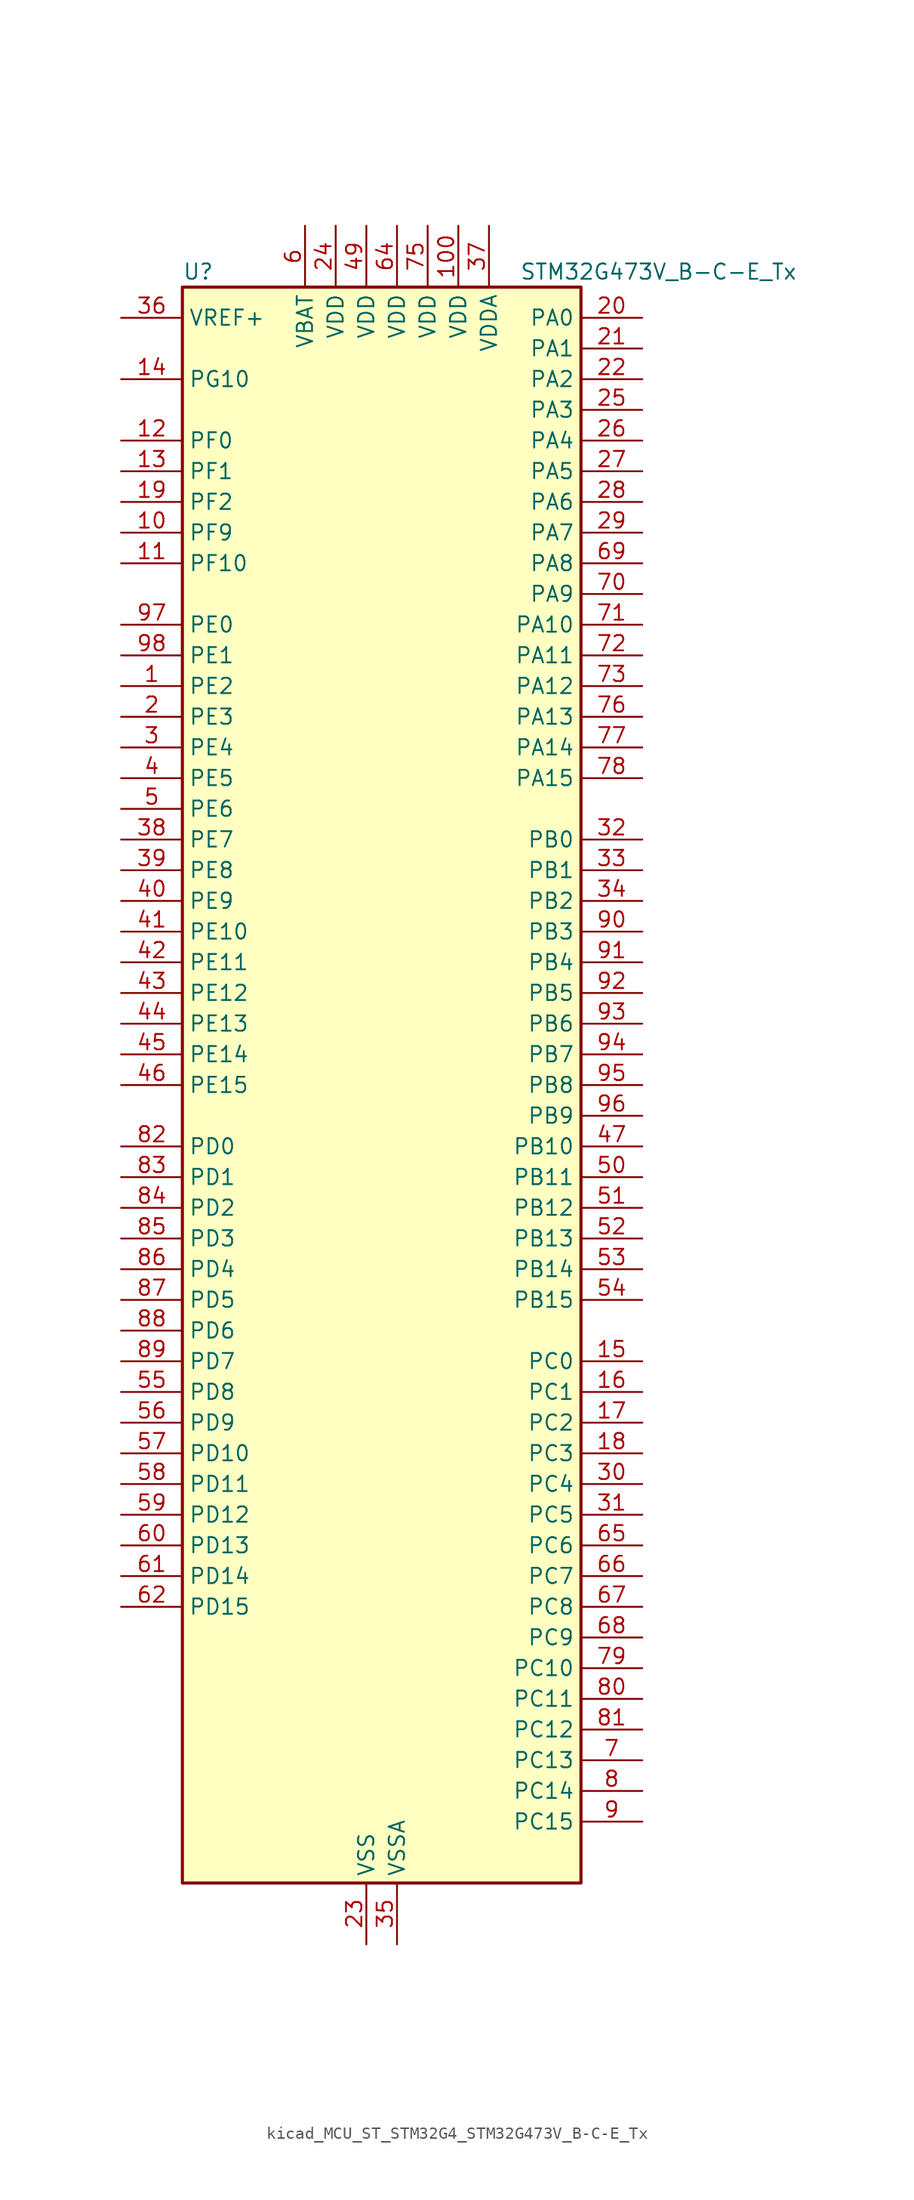
<source format=kicad_sym>
(kicad_symbol_lib
  (version 20220914)
  (generator kicad_symbol_editor)
  (symbol "kicad_MCU_ST_STM32G4_STM32G473V_B-C-E_Tx"
    (property "Reference" "U"
      (at -15.24 67.31 0)
      (effects (font (size 1.27 1.27)) (justify left)))
    (property "Value" "STM32G473V_B-C-E_Tx"
      (at 12.7 67.31 0)
      (effects (font (size 1.27 1.27)) (justify left)))
    (property "ki_locked" ""
      (at 0 0 0)
      (effects (font (size 1.27 1.27))))
    (symbol "kicad_MCU_ST_STM32G4_STM32G473V_B-C-E_Tx_0_1"
      (rectangle (start -15.24 -66.04) (end 17.78 66.04) (stroke (width 0.254) (type default)) (fill (type background))))
    (symbol "kicad_MCU_ST_STM32G4_STM32G473V_B-C-E_Tx_1_1"
      (pin bidirectional line (at -20.32 33.02 0) (length 5.08) (name "PE2" (effects (font (size 1.27 1.27)))) (number "1" (effects (font (size 1.27 1.27)))) (alternate "ADC3_EXTI2" bidirectional line) (alternate "ADC4_EXTI2" bidirectional line) (alternate "ADC5_EXTI2" bidirectional line) (alternate "FMC_A23" bidirectional line) (alternate "SAI1_CK1" bidirectional line) (alternate "SAI1_MCLK_A" bidirectional line) (alternate "SPI4_SCK" bidirectional line) (alternate "SYS_TRACECLK" bidirectional line) (alternate "TIM20_CH1" bidirectional line) (alternate "TIM3_CH1" bidirectional line))
      (pin bidirectional line (at -20.32 45.72 0) (length 5.08) (name "PF9" (effects (font (size 1.27 1.27)))) (number "10" (effects (font (size 1.27 1.27)))) (alternate "DAC1_EXTI9" bidirectional line) (alternate "DAC2_EXTI9" bidirectional line) (alternate "DAC3_EXTI9" bidirectional line) (alternate "DAC4_EXTI9" bidirectional line) (alternate "FMC_A25" bidirectional line) (alternate "QUADSPI1_BK1_IO1" bidirectional line) (alternate "SAI1_FS_B" bidirectional line) (alternate "SPI2_SCK" bidirectional line) (alternate "TIM15_CH1" bidirectional line) (alternate "TIM20_BKIN" bidirectional line) (alternate "TIM5_CH4" bidirectional line))
      (pin power_in line (at 7.62 71.12 270) (length 5.08) (name "VDD" (effects (font (size 1.27 1.27)))) (number "100" (effects (font (size 1.27 1.27)))))
      (pin bidirectional line (at -20.32 43.18 0) (length 5.08) (name "PF10" (effects (font (size 1.27 1.27)))) (number "11" (effects (font (size 1.27 1.27)))) (alternate "DAC1_EXTI10" bidirectional line) (alternate "DAC2_EXTI10" bidirectional line) (alternate "DAC3_EXTI10" bidirectional line) (alternate "DAC4_EXTI10" bidirectional line) (alternate "FMC_A0" bidirectional line) (alternate "QUADSPI1_CLK" bidirectional line) (alternate "SAI1_D3" bidirectional line) (alternate "SPI2_SCK" bidirectional line) (alternate "TIM15_CH2" bidirectional line) (alternate "TIM20_BKIN2" bidirectional line))
      (pin bidirectional line (at -20.32 53.34 0) (length 5.08) (name "PF0" (effects (font (size 1.27 1.27)))) (number "12" (effects (font (size 1.27 1.27)))) (alternate "ADC1_IN10" bidirectional line) (alternate "I2C2_SDA" bidirectional line) (alternate "I2S2_WS" bidirectional line) (alternate "RCC_OSC_IN" bidirectional line) (alternate "SPI2_NSS" bidirectional line) (alternate "TIM1_CH3N" bidirectional line))
      (pin bidirectional line (at -20.32 50.8 0) (length 5.08) (name "PF1" (effects (font (size 1.27 1.27)))) (number "13" (effects (font (size 1.27 1.27)))) (alternate "ADC2_IN10" bidirectional line) (alternate "COMP3_INM" bidirectional line) (alternate "I2S2_CK" bidirectional line) (alternate "RCC_OSC_OUT" bidirectional line) (alternate "SPI2_SCK" bidirectional line))
      (pin bidirectional line (at -20.32 58.42 0) (length 5.08) (name "PG10" (effects (font (size 1.27 1.27)))) (number "14" (effects (font (size 1.27 1.27)))) (alternate "DAC1_EXTI10" bidirectional line) (alternate "DAC2_EXTI10" bidirectional line) (alternate "DAC3_EXTI10" bidirectional line) (alternate "DAC4_EXTI10" bidirectional line) (alternate "RCC_MCO" bidirectional line))
      (pin bidirectional line (at 22.86 -22.86 180) (length 5.08) (name "PC0" (effects (font (size 1.27 1.27)))) (number "15" (effects (font (size 1.27 1.27)))) (alternate "ADC1_IN6" bidirectional line) (alternate "ADC2_IN6" bidirectional line) (alternate "COMP3_INM" bidirectional line) (alternate "LPTIM1_IN1" bidirectional line) (alternate "LPUART1_RX" bidirectional line) (alternate "TIM1_CH1" bidirectional line))
      (pin bidirectional line (at 22.86 -25.4 180) (length 5.08) (name "PC1" (effects (font (size 1.27 1.27)))) (number "16" (effects (font (size 1.27 1.27)))) (alternate "ADC1_IN7" bidirectional line) (alternate "ADC2_IN7" bidirectional line) (alternate "COMP3_INP" bidirectional line) (alternate "LPTIM1_OUT" bidirectional line) (alternate "LPUART1_TX" bidirectional line) (alternate "QUADSPI1_BK2_IO0" bidirectional line) (alternate "SAI1_SD_A" bidirectional line) (alternate "TIM1_CH2" bidirectional line))
      (pin bidirectional line (at 22.86 -27.94 180) (length 5.08) (name "PC2" (effects (font (size 1.27 1.27)))) (number "17" (effects (font (size 1.27 1.27)))) (alternate "ADC1_IN8" bidirectional line) (alternate "ADC2_IN8" bidirectional line) (alternate "ADC3_EXTI2" bidirectional line) (alternate "ADC4_EXTI2" bidirectional line) (alternate "ADC5_EXTI2" bidirectional line) (alternate "COMP3_OUT" bidirectional line) (alternate "LPTIM1_IN2" bidirectional line) (alternate "QUADSPI1_BK2_IO1" bidirectional line) (alternate "TIM1_CH3" bidirectional line) (alternate "TIM20_CH2" bidirectional line))
      (pin bidirectional line (at 22.86 -30.48 180) (length 5.08) (name "PC3" (effects (font (size 1.27 1.27)))) (number "18" (effects (font (size 1.27 1.27)))) (alternate "ADC1_IN9" bidirectional line) (alternate "ADC2_IN9" bidirectional line) (alternate "ADC3_EXTI3" bidirectional line) (alternate "ADC4_EXTI3" bidirectional line) (alternate "ADC5_EXTI3" bidirectional line) (alternate "LPTIM1_ETR" bidirectional line) (alternate "OPAMP5_VINP" bidirectional line) (alternate "OPAMP5_VINP_SEC" bidirectional line) (alternate "QUADSPI1_BK2_IO2" bidirectional line) (alternate "SAI1_D1" bidirectional line) (alternate "SAI1_SD_A" bidirectional line) (alternate "TIM1_BKIN2" bidirectional line) (alternate "TIM1_CH4" bidirectional line))
      (pin bidirectional line (at -20.32 48.26 0) (length 5.08) (name "PF2" (effects (font (size 1.27 1.27)))) (number "19" (effects (font (size 1.27 1.27)))) (alternate "ADC3_EXTI2" bidirectional line) (alternate "ADC4_EXTI2" bidirectional line) (alternate "ADC5_EXTI2" bidirectional line) (alternate "FMC_A2" bidirectional line) (alternate "I2C2_SMBA" bidirectional line) (alternate "TIM20_CH3" bidirectional line))
      (pin bidirectional line (at -20.32 30.48 0) (length 5.08) (name "PE3" (effects (font (size 1.27 1.27)))) (number "2" (effects (font (size 1.27 1.27)))) (alternate "ADC3_EXTI3" bidirectional line) (alternate "ADC4_EXTI3" bidirectional line) (alternate "ADC5_EXTI3" bidirectional line) (alternate "FMC_A19" bidirectional line) (alternate "SAI1_SD_B" bidirectional line) (alternate "SPI4_NSS" bidirectional line) (alternate "SYS_TRACED0" bidirectional line) (alternate "TIM20_CH2" bidirectional line) (alternate "TIM3_CH2" bidirectional line))
      (pin bidirectional line (at 22.86 63.5 180) (length 5.08) (name "PA0" (effects (font (size 1.27 1.27)))) (number "20" (effects (font (size 1.27 1.27)))) (alternate "ADC1_IN1" bidirectional line) (alternate "ADC2_IN1" bidirectional line) (alternate "COMP1_INM" bidirectional line) (alternate "COMP1_OUT" bidirectional line) (alternate "COMP3_INP" bidirectional line) (alternate "RTC_TAMP2" bidirectional line) (alternate "SYS_WKUP1" bidirectional line) (alternate "TIM2_CH1" bidirectional line) (alternate "TIM2_ETR" bidirectional line) (alternate "TIM5_CH1" bidirectional line) (alternate "TIM8_BKIN" bidirectional line) (alternate "TIM8_ETR" bidirectional line) (alternate "USART2_CTS" bidirectional line) (alternate "USART2_NSS" bidirectional line))
      (pin bidirectional line (at 22.86 60.96 180) (length 5.08) (name "PA1" (effects (font (size 1.27 1.27)))) (number "21" (effects (font (size 1.27 1.27)))) (alternate "ADC1_IN2" bidirectional line) (alternate "ADC2_IN2" bidirectional line) (alternate "COMP1_INP" bidirectional line) (alternate "OPAMP1_VINP" bidirectional line) (alternate "OPAMP1_VINP_SEC" bidirectional line) (alternate "OPAMP3_VINP" bidirectional line) (alternate "OPAMP3_VINP_SEC" bidirectional line) (alternate "OPAMP6_VINM" bidirectional line) (alternate "OPAMP6_VINM0" bidirectional line) (alternate "OPAMP6_VINM_SEC" bidirectional line) (alternate "RTC_REFIN" bidirectional line) (alternate "TIM15_CH1N" bidirectional line) (alternate "TIM2_CH2" bidirectional line) (alternate "TIM5_CH2" bidirectional line) (alternate "USART2_DE" bidirectional line) (alternate "USART2_RTS" bidirectional line))
      (pin bidirectional line (at 22.86 58.42 180) (length 5.08) (name "PA2" (effects (font (size 1.27 1.27)))) (number "22" (effects (font (size 1.27 1.27)))) (alternate "ADC1_IN3" bidirectional line) (alternate "ADC3_EXTI2" bidirectional line) (alternate "ADC4_EXTI2" bidirectional line) (alternate "ADC5_EXTI2" bidirectional line) (alternate "COMP2_INM" bidirectional line) (alternate "COMP2_OUT" bidirectional line) (alternate "LPUART1_TX" bidirectional line) (alternate "OPAMP1_VOUT" bidirectional line) (alternate "QUADSPI1_BK1_NCS" bidirectional line) (alternate "RCC_LSCO" bidirectional line) (alternate "SYS_WKUP4" bidirectional line) (alternate "TIM15_CH1" bidirectional line) (alternate "TIM2_CH3" bidirectional line) (alternate "TIM5_CH3" bidirectional line) (alternate "UCPD1_FRSTX1" bidirectional line) (alternate "UCPD1_FRSTX2" bidirectional line) (alternate "USART2_TX" bidirectional line))
      (pin power_in line (at 0 -71.12 90) (length 5.08) (name "VSS" (effects (font (size 1.27 1.27)))) (number "23" (effects (font (size 1.27 1.27)))))
      (pin power_in line (at -2.54 71.12 270) (length 5.08) (name "VDD" (effects (font (size 1.27 1.27)))) (number "24" (effects (font (size 1.27 1.27)))))
      (pin bidirectional line (at 22.86 55.88 180) (length 5.08) (name "PA3" (effects (font (size 1.27 1.27)))) (number "25" (effects (font (size 1.27 1.27)))) (alternate "ADC1_IN4" bidirectional line) (alternate "ADC3_EXTI3" bidirectional line) (alternate "ADC4_EXTI3" bidirectional line) (alternate "ADC5_EXTI3" bidirectional line) (alternate "COMP2_INP" bidirectional line) (alternate "LPUART1_RX" bidirectional line) (alternate "OPAMP1_VINM" bidirectional line) (alternate "OPAMP1_VINM0" bidirectional line) (alternate "OPAMP1_VINM_SEC" bidirectional line) (alternate "OPAMP1_VINP" bidirectional line) (alternate "OPAMP1_VINP_SEC" bidirectional line) (alternate "OPAMP5_VINM" bidirectional line) (alternate "OPAMP5_VINM1" bidirectional line) (alternate "OPAMP5_VINM_SEC" bidirectional line) (alternate "QUADSPI1_CLK" bidirectional line) (alternate "SAI1_CK1" bidirectional line) (alternate "SAI1_MCLK_A" bidirectional line) (alternate "TIM15_CH2" bidirectional line) (alternate "TIM2_CH4" bidirectional line) (alternate "TIM5_CH4" bidirectional line) (alternate "USART2_RX" bidirectional line))
      (pin bidirectional line (at 22.86 53.34 180) (length 5.08) (name "PA4" (effects (font (size 1.27 1.27)))) (number "26" (effects (font (size 1.27 1.27)))) (alternate "ADC2_IN17" bidirectional line) (alternate "COMP1_INM" bidirectional line) (alternate "DAC1_OUT1" bidirectional line) (alternate "I2S3_WS" bidirectional line) (alternate "SAI1_FS_B" bidirectional line) (alternate "SPI1_NSS" bidirectional line) (alternate "SPI3_NSS" bidirectional line) (alternate "TIM3_CH2" bidirectional line) (alternate "USART2_CK" bidirectional line))
      (pin bidirectional line (at 22.86 50.8 180) (length 5.08) (name "PA5" (effects (font (size 1.27 1.27)))) (number "27" (effects (font (size 1.27 1.27)))) (alternate "ADC2_IN13" bidirectional line) (alternate "COMP2_INM" bidirectional line) (alternate "DAC1_OUT2" bidirectional line) (alternate "OPAMP2_VINM" bidirectional line) (alternate "OPAMP2_VINM0" bidirectional line) (alternate "OPAMP2_VINM_SEC" bidirectional line) (alternate "SPI1_SCK" bidirectional line) (alternate "TIM2_CH1" bidirectional line) (alternate "TIM2_ETR" bidirectional line) (alternate "UCPD1_FRSTX1" bidirectional line) (alternate "UCPD1_FRSTX2" bidirectional line))
      (pin bidirectional line (at 22.86 48.26 180) (length 5.08) (name "PA6" (effects (font (size 1.27 1.27)))) (number "28" (effects (font (size 1.27 1.27)))) (alternate "ADC2_IN3" bidirectional line) (alternate "COMP1_OUT" bidirectional line) (alternate "DAC2_OUT1" bidirectional line) (alternate "LPUART1_CTS" bidirectional line) (alternate "OPAMP2_VOUT" bidirectional line) (alternate "QUADSPI1_BK1_IO3" bidirectional line) (alternate "SPI1_MISO" bidirectional line) (alternate "TIM16_CH1" bidirectional line) (alternate "TIM1_BKIN" bidirectional line) (alternate "TIM3_CH1" bidirectional line) (alternate "TIM8_BKIN" bidirectional line))
      (pin bidirectional line (at 22.86 45.72 180) (length 5.08) (name "PA7" (effects (font (size 1.27 1.27)))) (number "29" (effects (font (size 1.27 1.27)))) (alternate "ADC2_IN4" bidirectional line) (alternate "COMP2_INP" bidirectional line) (alternate "COMP2_OUT" bidirectional line) (alternate "OPAMP1_VINP" bidirectional line) (alternate "OPAMP1_VINP_SEC" bidirectional line) (alternate "OPAMP2_VINP" bidirectional line) (alternate "OPAMP2_VINP_SEC" bidirectional line) (alternate "QUADSPI1_BK1_IO2" bidirectional line) (alternate "SPI1_MOSI" bidirectional line) (alternate "TIM17_CH1" bidirectional line) (alternate "TIM1_CH1N" bidirectional line) (alternate "TIM3_CH2" bidirectional line) (alternate "TIM8_CH1N" bidirectional line) (alternate "UCPD1_FRSTX1" bidirectional line) (alternate "UCPD1_FRSTX2" bidirectional line))
      (pin bidirectional line (at -20.32 27.94 0) (length 5.08) (name "PE4" (effects (font (size 1.27 1.27)))) (number "3" (effects (font (size 1.27 1.27)))) (alternate "FMC_A20" bidirectional line) (alternate "SAI1_D2" bidirectional line) (alternate "SAI1_FS_A" bidirectional line) (alternate "SPI4_NSS" bidirectional line) (alternate "SYS_TRACED1" bidirectional line) (alternate "TIM20_CH1N" bidirectional line) (alternate "TIM3_CH3" bidirectional line))
      (pin bidirectional line (at 22.86 -33.02 180) (length 5.08) (name "PC4" (effects (font (size 1.27 1.27)))) (number "30" (effects (font (size 1.27 1.27)))) (alternate "ADC2_IN5" bidirectional line) (alternate "I2C2_SCL" bidirectional line) (alternate "QUADSPI1_BK2_IO3" bidirectional line) (alternate "TIM1_ETR" bidirectional line) (alternate "USART1_TX" bidirectional line))
      (pin bidirectional line (at 22.86 -35.56 180) (length 5.08) (name "PC5" (effects (font (size 1.27 1.27)))) (number "31" (effects (font (size 1.27 1.27)))) (alternate "ADC2_IN11" bidirectional line) (alternate "OPAMP1_VINM" bidirectional line) (alternate "OPAMP1_VINM1" bidirectional line) (alternate "OPAMP1_VINM_SEC" bidirectional line) (alternate "OPAMP2_VINM" bidirectional line) (alternate "OPAMP2_VINM1" bidirectional line) (alternate "OPAMP2_VINM_SEC" bidirectional line) (alternate "SAI1_D3" bidirectional line) (alternate "SYS_WKUP5" bidirectional line) (alternate "TIM15_BKIN" bidirectional line) (alternate "TIM1_CH4N" bidirectional line) (alternate "USART1_RX" bidirectional line))
      (pin bidirectional line (at 22.86 20.32 180) (length 5.08) (name "PB0" (effects (font (size 1.27 1.27)))) (number "32" (effects (font (size 1.27 1.27)))) (alternate "ADC1_IN15" bidirectional line) (alternate "ADC3_IN12" bidirectional line) (alternate "COMP4_INP" bidirectional line) (alternate "OPAMP2_VINP" bidirectional line) (alternate "OPAMP2_VINP_SEC" bidirectional line) (alternate "OPAMP3_VINP" bidirectional line) (alternate "OPAMP3_VINP_SEC" bidirectional line) (alternate "QUADSPI1_BK1_IO1" bidirectional line) (alternate "TIM1_CH2N" bidirectional line) (alternate "TIM3_CH3" bidirectional line) (alternate "TIM8_CH2N" bidirectional line) (alternate "UCPD1_FRSTX1" bidirectional line) (alternate "UCPD1_FRSTX2" bidirectional line))
      (pin bidirectional line (at 22.86 17.78 180) (length 5.08) (name "PB1" (effects (font (size 1.27 1.27)))) (number "33" (effects (font (size 1.27 1.27)))) (alternate "ADC1_IN12" bidirectional line) (alternate "ADC3_IN1" bidirectional line) (alternate "COMP1_INP" bidirectional line) (alternate "COMP4_OUT" bidirectional line) (alternate "LPUART1_DE" bidirectional line) (alternate "LPUART1_RTS" bidirectional line) (alternate "OPAMP3_VOUT" bidirectional line) (alternate "OPAMP6_VINM" bidirectional line) (alternate "OPAMP6_VINM1" bidirectional line) (alternate "OPAMP6_VINM_SEC" bidirectional line) (alternate "QUADSPI1_BK1_IO0" bidirectional line) (alternate "TIM1_CH3N" bidirectional line) (alternate "TIM3_CH4" bidirectional line) (alternate "TIM8_CH3N" bidirectional line))
      (pin bidirectional line (at 22.86 15.24 180) (length 5.08) (name "PB2" (effects (font (size 1.27 1.27)))) (number "34" (effects (font (size 1.27 1.27)))) (alternate "ADC2_IN12" bidirectional line) (alternate "ADC3_EXTI2" bidirectional line) (alternate "ADC4_EXTI2" bidirectional line) (alternate "ADC5_EXTI2" bidirectional line) (alternate "COMP4_INM" bidirectional line) (alternate "I2C3_SMBA" bidirectional line) (alternate "LPTIM1_OUT" bidirectional line) (alternate "OPAMP3_VINM" bidirectional line) (alternate "OPAMP3_VINM0" bidirectional line) (alternate "OPAMP3_VINM_SEC" bidirectional line) (alternate "QUADSPI1_BK2_IO1" bidirectional line) (alternate "RTC_OUT2" bidirectional line) (alternate "TIM20_CH1" bidirectional line) (alternate "TIM5_CH1" bidirectional line))
      (pin power_in line (at 2.54 -71.12 90) (length 5.08) (name "VSSA" (effects (font (size 1.27 1.27)))) (number "35" (effects (font (size 1.27 1.27)))))
      (pin input line (at -20.32 63.5 0) (length 5.08) (name "VREF+" (effects (font (size 1.27 1.27)))) (number "36" (effects (font (size 1.27 1.27)))) (alternate "VREFBUF_OUT" bidirectional line))
      (pin power_in line (at 10.16 71.12 270) (length 5.08) (name "VDDA" (effects (font (size 1.27 1.27)))) (number "37" (effects (font (size 1.27 1.27)))))
      (pin bidirectional line (at -20.32 20.32 0) (length 5.08) (name "PE7" (effects (font (size 1.27 1.27)))) (number "38" (effects (font (size 1.27 1.27)))) (alternate "ADC3_IN4" bidirectional line) (alternate "COMP4_INP" bidirectional line) (alternate "FMC_D4" bidirectional line) (alternate "FMC_DA4" bidirectional line) (alternate "SAI1_SD_B" bidirectional line) (alternate "TIM1_ETR" bidirectional line))
      (pin bidirectional line (at -20.32 17.78 0) (length 5.08) (name "PE8" (effects (font (size 1.27 1.27)))) (number "39" (effects (font (size 1.27 1.27)))) (alternate "ADC3_IN6" bidirectional line) (alternate "ADC4_IN6" bidirectional line) (alternate "ADC5_IN6" bidirectional line) (alternate "COMP4_INM" bidirectional line) (alternate "FMC_D5" bidirectional line) (alternate "FMC_DA5" bidirectional line) (alternate "SAI1_SCK_B" bidirectional line) (alternate "TIM1_CH1N" bidirectional line) (alternate "TIM5_CH3" bidirectional line))
      (pin bidirectional line (at -20.32 25.4 0) (length 5.08) (name "PE5" (effects (font (size 1.27 1.27)))) (number "4" (effects (font (size 1.27 1.27)))) (alternate "FMC_A21" bidirectional line) (alternate "SAI1_CK2" bidirectional line) (alternate "SAI1_SCK_A" bidirectional line) (alternate "SPI4_MISO" bidirectional line) (alternate "SYS_TRACED2" bidirectional line) (alternate "TIM20_CH2N" bidirectional line) (alternate "TIM3_CH4" bidirectional line))
      (pin bidirectional line (at -20.32 15.24 0) (length 5.08) (name "PE9" (effects (font (size 1.27 1.27)))) (number "40" (effects (font (size 1.27 1.27)))) (alternate "ADC3_IN2" bidirectional line) (alternate "DAC1_EXTI9" bidirectional line) (alternate "DAC2_EXTI9" bidirectional line) (alternate "DAC3_EXTI9" bidirectional line) (alternate "DAC4_EXTI9" bidirectional line) (alternate "FMC_D6" bidirectional line) (alternate "FMC_DA6" bidirectional line) (alternate "SAI1_FS_B" bidirectional line) (alternate "TIM1_CH1" bidirectional line) (alternate "TIM5_CH4" bidirectional line))
      (pin bidirectional line (at -20.32 12.7 0) (length 5.08) (name "PE10" (effects (font (size 1.27 1.27)))) (number "41" (effects (font (size 1.27 1.27)))) (alternate "ADC3_IN14" bidirectional line) (alternate "ADC4_IN14" bidirectional line) (alternate "ADC5_IN14" bidirectional line) (alternate "DAC1_EXTI10" bidirectional line) (alternate "DAC2_EXTI10" bidirectional line) (alternate "DAC3_EXTI10" bidirectional line) (alternate "DAC4_EXTI10" bidirectional line) (alternate "FMC_D7" bidirectional line) (alternate "FMC_DA7" bidirectional line) (alternate "QUADSPI1_CLK" bidirectional line) (alternate "SAI1_MCLK_B" bidirectional line) (alternate "TIM1_CH2N" bidirectional line))
      (pin bidirectional line (at -20.32 10.16 0) (length 5.08) (name "PE11" (effects (font (size 1.27 1.27)))) (number "42" (effects (font (size 1.27 1.27)))) (alternate "ADC1_EXTI11" bidirectional line) (alternate "ADC2_EXTI11" bidirectional line) (alternate "ADC3_IN15" bidirectional line) (alternate "ADC4_IN15" bidirectional line) (alternate "ADC5_IN15" bidirectional line) (alternate "FMC_D8" bidirectional line) (alternate "FMC_DA8" bidirectional line) (alternate "QUADSPI1_BK1_NCS" bidirectional line) (alternate "SPI4_NSS" bidirectional line) (alternate "TIM1_CH2" bidirectional line))
      (pin bidirectional line (at -20.32 7.62 0) (length 5.08) (name "PE12" (effects (font (size 1.27 1.27)))) (number "43" (effects (font (size 1.27 1.27)))) (alternate "ADC3_IN16" bidirectional line) (alternate "ADC4_IN16" bidirectional line) (alternate "ADC5_IN16" bidirectional line) (alternate "FMC_D9" bidirectional line) (alternate "FMC_DA9" bidirectional line) (alternate "QUADSPI1_BK1_IO0" bidirectional line) (alternate "SPI4_SCK" bidirectional line) (alternate "TIM1_CH3N" bidirectional line))
      (pin bidirectional line (at -20.32 5.08 0) (length 5.08) (name "PE13" (effects (font (size 1.27 1.27)))) (number "44" (effects (font (size 1.27 1.27)))) (alternate "ADC3_IN3" bidirectional line) (alternate "FMC_D10" bidirectional line) (alternate "FMC_DA10" bidirectional line) (alternate "QUADSPI1_BK1_IO1" bidirectional line) (alternate "SPI4_MISO" bidirectional line) (alternate "TIM1_CH3" bidirectional line))
      (pin bidirectional line (at -20.32 2.54 0) (length 5.08) (name "PE14" (effects (font (size 1.27 1.27)))) (number "45" (effects (font (size 1.27 1.27)))) (alternate "ADC4_IN1" bidirectional line) (alternate "FMC_D11" bidirectional line) (alternate "FMC_DA11" bidirectional line) (alternate "QUADSPI1_BK1_IO2" bidirectional line) (alternate "SPI4_MOSI" bidirectional line) (alternate "TIM1_BKIN2" bidirectional line) (alternate "TIM1_CH4" bidirectional line))
      (pin bidirectional line (at -20.32 0 0) (length 5.08) (name "PE15" (effects (font (size 1.27 1.27)))) (number "46" (effects (font (size 1.27 1.27)))) (alternate "ADC1_EXTI15" bidirectional line) (alternate "ADC2_EXTI15" bidirectional line) (alternate "ADC4_IN2" bidirectional line) (alternate "FMC_D12" bidirectional line) (alternate "FMC_DA12" bidirectional line) (alternate "QUADSPI1_BK1_IO3" bidirectional line) (alternate "TIM1_BKIN" bidirectional line) (alternate "TIM1_CH4N" bidirectional line) (alternate "USART3_RX" bidirectional line))
      (pin bidirectional line (at 22.86 -5.08 180) (length 5.08) (name "PB10" (effects (font (size 1.27 1.27)))) (number "47" (effects (font (size 1.27 1.27)))) (alternate "COMP5_INM" bidirectional line) (alternate "DAC1_EXTI10" bidirectional line) (alternate "DAC2_EXTI10" bidirectional line) (alternate "DAC3_EXTI10" bidirectional line) (alternate "DAC4_EXTI10" bidirectional line) (alternate "LPUART1_RX" bidirectional line) (alternate "OPAMP3_VINM" bidirectional line) (alternate "OPAMP3_VINM1" bidirectional line) (alternate "OPAMP3_VINM_SEC" bidirectional line) (alternate "OPAMP4_VINM" bidirectional line) (alternate "OPAMP4_VINM0" bidirectional line) (alternate "OPAMP4_VINM_SEC" bidirectional line) (alternate "QUADSPI1_CLK" bidirectional line) (alternate "SAI1_SCK_A" bidirectional line) (alternate "TIM1_BKIN" bidirectional line) (alternate "TIM2_CH3" bidirectional line) (alternate "USART3_TX" bidirectional line))
      (pin passive line (at 0 -71.12 90) (length 5.08) hide (name "VSS" (effects (font (size 1.27 1.27)))) (number "48" (effects (font (size 1.27 1.27)))))
      (pin power_in line (at 0 71.12 270) (length 5.08) (name "VDD" (effects (font (size 1.27 1.27)))) (number "49" (effects (font (size 1.27 1.27)))))
      (pin bidirectional line (at -20.32 22.86 0) (length 5.08) (name "PE6" (effects (font (size 1.27 1.27)))) (number "5" (effects (font (size 1.27 1.27)))) (alternate "FMC_A22" bidirectional line) (alternate "RTC_TAMP3" bidirectional line) (alternate "SAI1_D1" bidirectional line) (alternate "SAI1_SD_A" bidirectional line) (alternate "SPI4_MOSI" bidirectional line) (alternate "SYS_TRACED3" bidirectional line) (alternate "SYS_WKUP3" bidirectional line) (alternate "TIM20_CH3N" bidirectional line))
      (pin bidirectional line (at 22.86 -7.62 180) (length 5.08) (name "PB11" (effects (font (size 1.27 1.27)))) (number "50" (effects (font (size 1.27 1.27)))) (alternate "ADC1_EXTI11" bidirectional line) (alternate "ADC1_IN14" bidirectional line) (alternate "ADC2_EXTI11" bidirectional line) (alternate "ADC2_IN14" bidirectional line) (alternate "COMP6_INP" bidirectional line) (alternate "LPUART1_TX" bidirectional line) (alternate "OPAMP4_VINP" bidirectional line) (alternate "OPAMP4_VINP_SEC" bidirectional line) (alternate "OPAMP6_VOUT" bidirectional line) (alternate "QUADSPI1_BK1_NCS" bidirectional line) (alternate "TIM2_CH4" bidirectional line) (alternate "USART3_RX" bidirectional line))
      (pin bidirectional line (at 22.86 -10.16 180) (length 5.08) (name "PB12" (effects (font (size 1.27 1.27)))) (number "51" (effects (font (size 1.27 1.27)))) (alternate "ADC1_IN11" bidirectional line) (alternate "ADC4_IN3" bidirectional line) (alternate "COMP7_INM" bidirectional line) (alternate "FDCAN2_RX" bidirectional line) (alternate "I2C2_SMBA" bidirectional line) (alternate "I2S2_WS" bidirectional line) (alternate "LPUART1_DE" bidirectional line) (alternate "LPUART1_RTS" bidirectional line) (alternate "OPAMP4_VOUT" bidirectional line) (alternate "OPAMP6_VINP" bidirectional line) (alternate "OPAMP6_VINP_SEC" bidirectional line) (alternate "SPI2_NSS" bidirectional line) (alternate "TIM1_BKIN" bidirectional line) (alternate "TIM5_ETR" bidirectional line) (alternate "USART3_CK" bidirectional line))
      (pin bidirectional line (at 22.86 -12.7 180) (length 5.08) (name "PB13" (effects (font (size 1.27 1.27)))) (number "52" (effects (font (size 1.27 1.27)))) (alternate "ADC3_IN5" bidirectional line) (alternate "COMP5_INP" bidirectional line) (alternate "FDCAN2_TX" bidirectional line) (alternate "I2S2_CK" bidirectional line) (alternate "LPUART1_CTS" bidirectional line) (alternate "OPAMP3_VINP" bidirectional line) (alternate "OPAMP3_VINP_SEC" bidirectional line) (alternate "OPAMP4_VINP" bidirectional line) (alternate "OPAMP4_VINP_SEC" bidirectional line) (alternate "OPAMP6_VINP" bidirectional line) (alternate "OPAMP6_VINP_SEC" bidirectional line) (alternate "SPI2_SCK" bidirectional line) (alternate "TIM1_CH1N" bidirectional line) (alternate "USART3_CTS" bidirectional line) (alternate "USART3_NSS" bidirectional line))
      (pin bidirectional line (at 22.86 -15.24 180) (length 5.08) (name "PB14" (effects (font (size 1.27 1.27)))) (number "53" (effects (font (size 1.27 1.27)))) (alternate "ADC1_IN5" bidirectional line) (alternate "ADC4_IN4" bidirectional line) (alternate "COMP4_OUT" bidirectional line) (alternate "COMP7_INP" bidirectional line) (alternate "OPAMP2_VINP" bidirectional line) (alternate "OPAMP2_VINP_SEC" bidirectional line) (alternate "OPAMP5_VINP" bidirectional line) (alternate "OPAMP5_VINP_SEC" bidirectional line) (alternate "SPI2_MISO" bidirectional line) (alternate "TIM15_CH1" bidirectional line) (alternate "TIM1_CH2N" bidirectional line) (alternate "USART3_DE" bidirectional line) (alternate "USART3_RTS" bidirectional line))
      (pin bidirectional line (at 22.86 -17.78 180) (length 5.08) (name "PB15" (effects (font (size 1.27 1.27)))) (number "54" (effects (font (size 1.27 1.27)))) (alternate "ADC1_EXTI15" bidirectional line) (alternate "ADC2_EXTI15" bidirectional line) (alternate "ADC2_IN15" bidirectional line) (alternate "ADC4_IN5" bidirectional line) (alternate "COMP3_OUT" bidirectional line) (alternate "COMP6_INM" bidirectional line) (alternate "I2S2_SD" bidirectional line) (alternate "OPAMP5_VINM" bidirectional line) (alternate "OPAMP5_VINM0" bidirectional line) (alternate "OPAMP5_VINM_SEC" bidirectional line) (alternate "RTC_REFIN" bidirectional line) (alternate "SPI2_MOSI" bidirectional line) (alternate "TIM15_CH1N" bidirectional line) (alternate "TIM15_CH2" bidirectional line) (alternate "TIM1_CH3N" bidirectional line))
      (pin bidirectional line (at -20.32 -25.4 0) (length 5.08) (name "PD8" (effects (font (size 1.27 1.27)))) (number "55" (effects (font (size 1.27 1.27)))) (alternate "ADC4_IN12" bidirectional line) (alternate "ADC5_IN12" bidirectional line) (alternate "FMC_D13" bidirectional line) (alternate "FMC_DA13" bidirectional line) (alternate "OPAMP4_VINM" bidirectional line) (alternate "OPAMP4_VINM1" bidirectional line) (alternate "OPAMP4_VINM_SEC" bidirectional line) (alternate "USART3_TX" bidirectional line))
      (pin bidirectional line (at -20.32 -27.94 0) (length 5.08) (name "PD9" (effects (font (size 1.27 1.27)))) (number "56" (effects (font (size 1.27 1.27)))) (alternate "ADC4_IN13" bidirectional line) (alternate "ADC5_IN13" bidirectional line) (alternate "DAC1_EXTI9" bidirectional line) (alternate "DAC2_EXTI9" bidirectional line) (alternate "DAC3_EXTI9" bidirectional line) (alternate "DAC4_EXTI9" bidirectional line) (alternate "FMC_D14" bidirectional line) (alternate "FMC_DA14" bidirectional line) (alternate "OPAMP6_VINP" bidirectional line) (alternate "OPAMP6_VINP_SEC" bidirectional line) (alternate "USART3_RX" bidirectional line))
      (pin bidirectional line (at -20.32 -30.48 0) (length 5.08) (name "PD10" (effects (font (size 1.27 1.27)))) (number "57" (effects (font (size 1.27 1.27)))) (alternate "ADC3_IN7" bidirectional line) (alternate "ADC4_IN7" bidirectional line) (alternate "ADC5_IN7" bidirectional line) (alternate "COMP6_INM" bidirectional line) (alternate "DAC1_EXTI10" bidirectional line) (alternate "DAC2_EXTI10" bidirectional line) (alternate "DAC3_EXTI10" bidirectional line) (alternate "DAC4_EXTI10" bidirectional line) (alternate "FMC_D15" bidirectional line) (alternate "FMC_DA15" bidirectional line) (alternate "USART3_CK" bidirectional line))
      (pin bidirectional line (at -20.32 -33.02 0) (length 5.08) (name "PD11" (effects (font (size 1.27 1.27)))) (number "58" (effects (font (size 1.27 1.27)))) (alternate "ADC1_EXTI11" bidirectional line) (alternate "ADC2_EXTI11" bidirectional line) (alternate "ADC3_IN8" bidirectional line) (alternate "ADC4_IN8" bidirectional line) (alternate "ADC5_IN8" bidirectional line) (alternate "COMP6_INP" bidirectional line) (alternate "FMC_A16" bidirectional line) (alternate "FMC_CLE" bidirectional line) (alternate "I2C4_SMBA" bidirectional line) (alternate "OPAMP4_VINP" bidirectional line) (alternate "OPAMP4_VINP_SEC" bidirectional line) (alternate "TIM5_ETR" bidirectional line) (alternate "USART3_CTS" bidirectional line) (alternate "USART3_NSS" bidirectional line))
      (pin bidirectional line (at -20.32 -35.56 0) (length 5.08) (name "PD12" (effects (font (size 1.27 1.27)))) (number "59" (effects (font (size 1.27 1.27)))) (alternate "ADC3_IN9" bidirectional line) (alternate "ADC4_IN9" bidirectional line) (alternate "ADC5_IN9" bidirectional line) (alternate "COMP5_INP" bidirectional line) (alternate "FMC_A17" bidirectional line) (alternate "FMC_ALE" bidirectional line) (alternate "OPAMP5_VINP" bidirectional line) (alternate "OPAMP5_VINP_SEC" bidirectional line) (alternate "TIM4_CH1" bidirectional line) (alternate "USART3_DE" bidirectional line) (alternate "USART3_RTS" bidirectional line))
      (pin power_in line (at -5.08 71.12 270) (length 5.08) (name "VBAT" (effects (font (size 1.27 1.27)))) (number "6" (effects (font (size 1.27 1.27)))))
      (pin bidirectional line (at -20.32 -38.1 0) (length 5.08) (name "PD13" (effects (font (size 1.27 1.27)))) (number "60" (effects (font (size 1.27 1.27)))) (alternate "ADC3_IN10" bidirectional line) (alternate "ADC4_IN10" bidirectional line) (alternate "ADC5_IN10" bidirectional line) (alternate "COMP5_INM" bidirectional line) (alternate "FMC_A18" bidirectional line) (alternate "TIM4_CH2" bidirectional line))
      (pin bidirectional line (at -20.32 -40.64 0) (length 5.08) (name "PD14" (effects (font (size 1.27 1.27)))) (number "61" (effects (font (size 1.27 1.27)))) (alternate "ADC3_IN11" bidirectional line) (alternate "ADC4_IN11" bidirectional line) (alternate "ADC5_IN11" bidirectional line) (alternate "COMP7_INP" bidirectional line) (alternate "FMC_D0" bidirectional line) (alternate "FMC_DA0" bidirectional line) (alternate "OPAMP2_VINP" bidirectional line) (alternate "OPAMP2_VINP_SEC" bidirectional line) (alternate "TIM4_CH3" bidirectional line))
      (pin bidirectional line (at -20.32 -43.18 0) (length 5.08) (name "PD15" (effects (font (size 1.27 1.27)))) (number "62" (effects (font (size 1.27 1.27)))) (alternate "ADC1_EXTI15" bidirectional line) (alternate "ADC2_EXTI15" bidirectional line) (alternate "COMP7_INM" bidirectional line) (alternate "FMC_D1" bidirectional line) (alternate "FMC_DA1" bidirectional line) (alternate "SPI2_NSS" bidirectional line) (alternate "TIM4_CH4" bidirectional line))
      (pin passive line (at 0 -71.12 90) (length 5.08) hide (name "VSS" (effects (font (size 1.27 1.27)))) (number "63" (effects (font (size 1.27 1.27)))))
      (pin power_in line (at 2.54 71.12 270) (length 5.08) (name "VDD" (effects (font (size 1.27 1.27)))) (number "64" (effects (font (size 1.27 1.27)))))
      (pin bidirectional line (at 22.86 -38.1 180) (length 5.08) (name "PC6" (effects (font (size 1.27 1.27)))) (number "65" (effects (font (size 1.27 1.27)))) (alternate "COMP6_OUT" bidirectional line) (alternate "I2C4_SCL" bidirectional line) (alternate "I2S2_MCK" bidirectional line) (alternate "TIM3_CH1" bidirectional line) (alternate "TIM8_CH1" bidirectional line))
      (pin bidirectional line (at 22.86 -40.64 180) (length 5.08) (name "PC7" (effects (font (size 1.27 1.27)))) (number "66" (effects (font (size 1.27 1.27)))) (alternate "COMP5_OUT" bidirectional line) (alternate "I2C4_SDA" bidirectional line) (alternate "I2S3_MCK" bidirectional line) (alternate "TIM3_CH2" bidirectional line) (alternate "TIM8_CH2" bidirectional line))
      (pin bidirectional line (at 22.86 -43.18 180) (length 5.08) (name "PC8" (effects (font (size 1.27 1.27)))) (number "67" (effects (font (size 1.27 1.27)))) (alternate "COMP7_OUT" bidirectional line) (alternate "I2C3_SCL" bidirectional line) (alternate "TIM20_CH3" bidirectional line) (alternate "TIM3_CH3" bidirectional line) (alternate "TIM8_CH3" bidirectional line))
      (pin bidirectional line (at 22.86 -45.72 180) (length 5.08) (name "PC9" (effects (font (size 1.27 1.27)))) (number "68" (effects (font (size 1.27 1.27)))) (alternate "DAC1_EXTI9" bidirectional line) (alternate "DAC2_EXTI9" bidirectional line) (alternate "DAC3_EXTI9" bidirectional line) (alternate "DAC4_EXTI9" bidirectional line) (alternate "I2C3_SDA" bidirectional line) (alternate "I2S_CKIN" bidirectional line) (alternate "TIM3_CH4" bidirectional line) (alternate "TIM8_BKIN2" bidirectional line) (alternate "TIM8_CH4" bidirectional line))
      (pin bidirectional line (at 22.86 43.18 180) (length 5.08) (name "PA8" (effects (font (size 1.27 1.27)))) (number "69" (effects (font (size 1.27 1.27)))) (alternate "ADC5_IN1" bidirectional line) (alternate "COMP7_OUT" bidirectional line) (alternate "FDCAN3_RX" bidirectional line) (alternate "I2C2_SDA" bidirectional line) (alternate "I2C3_SCL" bidirectional line) (alternate "I2S2_MCK" bidirectional line) (alternate "OPAMP5_VOUT" bidirectional line) (alternate "RCC_MCO" bidirectional line) (alternate "SAI1_CK2" bidirectional line) (alternate "SAI1_SCK_A" bidirectional line) (alternate "TIM1_CH1" bidirectional line) (alternate "TIM4_ETR" bidirectional line) (alternate "USART1_CK" bidirectional line))
      (pin bidirectional line (at 22.86 -55.88 180) (length 5.08) (name "PC13" (effects (font (size 1.27 1.27)))) (number "7" (effects (font (size 1.27 1.27)))) (alternate "RTC_OUT1" bidirectional line) (alternate "RTC_TAMP1" bidirectional line) (alternate "RTC_TS" bidirectional line) (alternate "SYS_WKUP2" bidirectional line) (alternate "TIM1_BKIN" bidirectional line) (alternate "TIM1_CH1N" bidirectional line) (alternate "TIM8_CH4N" bidirectional line))
      (pin bidirectional line (at 22.86 40.64 180) (length 5.08) (name "PA9" (effects (font (size 1.27 1.27)))) (number "70" (effects (font (size 1.27 1.27)))) (alternate "ADC5_IN2" bidirectional line) (alternate "COMP5_OUT" bidirectional line) (alternate "DAC1_EXTI9" bidirectional line) (alternate "DAC2_EXTI9" bidirectional line) (alternate "DAC3_EXTI9" bidirectional line) (alternate "DAC4_EXTI9" bidirectional line) (alternate "I2C2_SCL" bidirectional line) (alternate "I2C3_SMBA" bidirectional line) (alternate "I2S3_MCK" bidirectional line) (alternate "SAI1_FS_A" bidirectional line) (alternate "TIM15_BKIN" bidirectional line) (alternate "TIM1_CH2" bidirectional line) (alternate "TIM2_CH3" bidirectional line) (alternate "UCPD1_DBCC1" bidirectional line) (alternate "USART1_TX" bidirectional line))
      (pin bidirectional line (at 22.86 38.1 180) (length 5.08) (name "PA10" (effects (font (size 1.27 1.27)))) (number "71" (effects (font (size 1.27 1.27)))) (alternate "COMP6_OUT" bidirectional line) (alternate "CRS_SYNC" bidirectional line) (alternate "DAC1_EXTI10" bidirectional line) (alternate "DAC2_EXTI10" bidirectional line) (alternate "DAC3_EXTI10" bidirectional line) (alternate "DAC4_EXTI10" bidirectional line) (alternate "I2C2_SMBA" bidirectional line) (alternate "SAI1_D1" bidirectional line) (alternate "SAI1_SD_A" bidirectional line) (alternate "SPI2_MISO" bidirectional line) (alternate "TIM17_BKIN" bidirectional line) (alternate "TIM1_CH3" bidirectional line) (alternate "TIM2_CH4" bidirectional line) (alternate "TIM8_BKIN" bidirectional line) (alternate "UCPD1_DBCC2" bidirectional line) (alternate "USART1_RX" bidirectional line))
      (pin bidirectional line (at 22.86 35.56 180) (length 5.08) (name "PA11" (effects (font (size 1.27 1.27)))) (number "72" (effects (font (size 1.27 1.27)))) (alternate "ADC1_EXTI11" bidirectional line) (alternate "ADC2_EXTI11" bidirectional line) (alternate "COMP1_OUT" bidirectional line) (alternate "FDCAN1_RX" bidirectional line) (alternate "I2S2_SD" bidirectional line) (alternate "SPI2_MOSI" bidirectional line) (alternate "TIM1_BKIN2" bidirectional line) (alternate "TIM1_CH1N" bidirectional line) (alternate "TIM1_CH4" bidirectional line) (alternate "TIM4_CH1" bidirectional line) (alternate "USART1_CTS" bidirectional line) (alternate "USART1_NSS" bidirectional line) (alternate "USB_DM" bidirectional line))
      (pin bidirectional line (at 22.86 33.02 180) (length 5.08) (name "PA12" (effects (font (size 1.27 1.27)))) (number "73" (effects (font (size 1.27 1.27)))) (alternate "COMP2_OUT" bidirectional line) (alternate "FDCAN1_TX" bidirectional line) (alternate "I2S_CKIN" bidirectional line) (alternate "TIM16_CH1" bidirectional line) (alternate "TIM1_CH2N" bidirectional line) (alternate "TIM1_ETR" bidirectional line) (alternate "TIM4_CH2" bidirectional line) (alternate "USART1_DE" bidirectional line) (alternate "USART1_RTS" bidirectional line) (alternate "USB_DP" bidirectional line))
      (pin passive line (at 0 -71.12 90) (length 5.08) hide (name "VSS" (effects (font (size 1.27 1.27)))) (number "74" (effects (font (size 1.27 1.27)))))
      (pin power_in line (at 5.08 71.12 270) (length 5.08) (name "VDD" (effects (font (size 1.27 1.27)))) (number "75" (effects (font (size 1.27 1.27)))))
      (pin bidirectional line (at 22.86 30.48 180) (length 5.08) (name "PA13" (effects (font (size 1.27 1.27)))) (number "76" (effects (font (size 1.27 1.27)))) (alternate "I2C1_SCL" bidirectional line) (alternate "I2C4_SCL" bidirectional line) (alternate "IR_OUT" bidirectional line) (alternate "SAI1_SD_B" bidirectional line) (alternate "SYS_JTMS-SWDIO" bidirectional line) (alternate "TIM16_CH1N" bidirectional line) (alternate "TIM4_CH3" bidirectional line) (alternate "USART3_CTS" bidirectional line) (alternate "USART3_NSS" bidirectional line))
      (pin bidirectional line (at 22.86 27.94 180) (length 5.08) (name "PA14" (effects (font (size 1.27 1.27)))) (number "77" (effects (font (size 1.27 1.27)))) (alternate "I2C1_SDA" bidirectional line) (alternate "I2C4_SMBA" bidirectional line) (alternate "LPTIM1_OUT" bidirectional line) (alternate "SAI1_FS_B" bidirectional line) (alternate "SYS_JTCK-SWCLK" bidirectional line) (alternate "TIM1_BKIN" bidirectional line) (alternate "TIM8_CH2" bidirectional line) (alternate "USART2_TX" bidirectional line))
      (pin bidirectional line (at 22.86 25.4 180) (length 5.08) (name "PA15" (effects (font (size 1.27 1.27)))) (number "78" (effects (font (size 1.27 1.27)))) (alternate "ADC1_EXTI15" bidirectional line) (alternate "ADC2_EXTI15" bidirectional line) (alternate "FDCAN3_TX" bidirectional line) (alternate "I2C1_SCL" bidirectional line) (alternate "I2S3_WS" bidirectional line) (alternate "SPI1_NSS" bidirectional line) (alternate "SPI3_NSS" bidirectional line) (alternate "SYS_JTDI" bidirectional line) (alternate "TIM1_BKIN" bidirectional line) (alternate "TIM2_CH1" bidirectional line) (alternate "TIM2_ETR" bidirectional line) (alternate "TIM8_CH1" bidirectional line) (alternate "UART4_DE" bidirectional line) (alternate "UART4_RTS" bidirectional line) (alternate "USART2_RX" bidirectional line))
      (pin bidirectional line (at 22.86 -48.26 180) (length 5.08) (name "PC10" (effects (font (size 1.27 1.27)))) (number "79" (effects (font (size 1.27 1.27)))) (alternate "DAC1_EXTI10" bidirectional line) (alternate "DAC2_EXTI10" bidirectional line) (alternate "DAC3_EXTI10" bidirectional line) (alternate "DAC4_EXTI10" bidirectional line) (alternate "I2S3_CK" bidirectional line) (alternate "SPI3_SCK" bidirectional line) (alternate "TIM8_CH1N" bidirectional line) (alternate "UART4_TX" bidirectional line) (alternate "USART3_TX" bidirectional line))
      (pin bidirectional line (at 22.86 -58.42 180) (length 5.08) (name "PC14" (effects (font (size 1.27 1.27)))) (number "8" (effects (font (size 1.27 1.27)))) (alternate "RCC_OSC32_IN" bidirectional line))
      (pin bidirectional line (at 22.86 -50.8 180) (length 5.08) (name "PC11" (effects (font (size 1.27 1.27)))) (number "80" (effects (font (size 1.27 1.27)))) (alternate "ADC1_EXTI11" bidirectional line) (alternate "ADC2_EXTI11" bidirectional line) (alternate "I2C3_SDA" bidirectional line) (alternate "SPI3_MISO" bidirectional line) (alternate "TIM8_CH2N" bidirectional line) (alternate "UART4_RX" bidirectional line) (alternate "USART3_RX" bidirectional line))
      (pin bidirectional line (at 22.86 -53.34 180) (length 5.08) (name "PC12" (effects (font (size 1.27 1.27)))) (number "81" (effects (font (size 1.27 1.27)))) (alternate "I2S3_SD" bidirectional line) (alternate "SPI3_MOSI" bidirectional line) (alternate "TIM5_CH2" bidirectional line) (alternate "TIM8_CH3N" bidirectional line) (alternate "UART5_TX" bidirectional line) (alternate "UCPD1_FRSTX1" bidirectional line) (alternate "UCPD1_FRSTX2" bidirectional line) (alternate "USART3_CK" bidirectional line))
      (pin bidirectional line (at -20.32 -5.08 0) (length 5.08) (name "PD0" (effects (font (size 1.27 1.27)))) (number "82" (effects (font (size 1.27 1.27)))) (alternate "FDCAN1_RX" bidirectional line) (alternate "FMC_D2" bidirectional line) (alternate "FMC_DA2" bidirectional line) (alternate "TIM8_CH4N" bidirectional line))
      (pin bidirectional line (at -20.32 -7.62 0) (length 5.08) (name "PD1" (effects (font (size 1.27 1.27)))) (number "83" (effects (font (size 1.27 1.27)))) (alternate "FDCAN1_TX" bidirectional line) (alternate "FMC_D3" bidirectional line) (alternate "FMC_DA3" bidirectional line) (alternate "TIM8_BKIN2" bidirectional line) (alternate "TIM8_CH4" bidirectional line))
      (pin bidirectional line (at -20.32 -10.16 0) (length 5.08) (name "PD2" (effects (font (size 1.27 1.27)))) (number "84" (effects (font (size 1.27 1.27)))) (alternate "ADC3_EXTI2" bidirectional line) (alternate "ADC4_EXTI2" bidirectional line) (alternate "ADC5_EXTI2" bidirectional line) (alternate "TIM3_ETR" bidirectional line) (alternate "TIM8_BKIN" bidirectional line) (alternate "UART5_RX" bidirectional line))
      (pin bidirectional line (at -20.32 -12.7 0) (length 5.08) (name "PD3" (effects (font (size 1.27 1.27)))) (number "85" (effects (font (size 1.27 1.27)))) (alternate "ADC3_EXTI3" bidirectional line) (alternate "ADC4_EXTI3" bidirectional line) (alternate "ADC5_EXTI3" bidirectional line) (alternate "FMC_CLK" bidirectional line) (alternate "QUADSPI1_BK2_NCS" bidirectional line) (alternate "TIM2_CH1" bidirectional line) (alternate "TIM2_ETR" bidirectional line) (alternate "USART2_CTS" bidirectional line) (alternate "USART2_NSS" bidirectional line))
      (pin bidirectional line (at -20.32 -15.24 0) (length 5.08) (name "PD4" (effects (font (size 1.27 1.27)))) (number "86" (effects (font (size 1.27 1.27)))) (alternate "FMC_NOE" bidirectional line) (alternate "QUADSPI1_BK2_IO0" bidirectional line) (alternate "TIM2_CH2" bidirectional line) (alternate "USART2_DE" bidirectional line) (alternate "USART2_RTS" bidirectional line))
      (pin bidirectional line (at -20.32 -17.78 0) (length 5.08) (name "PD5" (effects (font (size 1.27 1.27)))) (number "87" (effects (font (size 1.27 1.27)))) (alternate "FMC_NWE" bidirectional line) (alternate "QUADSPI1_BK2_IO1" bidirectional line) (alternate "USART2_TX" bidirectional line))
      (pin bidirectional line (at -20.32 -20.32 0) (length 5.08) (name "PD6" (effects (font (size 1.27 1.27)))) (number "88" (effects (font (size 1.27 1.27)))) (alternate "FMC_NWAIT" bidirectional line) (alternate "QUADSPI1_BK2_IO2" bidirectional line) (alternate "SAI1_D1" bidirectional line) (alternate "SAI1_SD_A" bidirectional line) (alternate "TIM2_CH4" bidirectional line) (alternate "USART2_RX" bidirectional line))
      (pin bidirectional line (at -20.32 -22.86 0) (length 5.08) (name "PD7" (effects (font (size 1.27 1.27)))) (number "89" (effects (font (size 1.27 1.27)))) (alternate "FMC_NCE" bidirectional line) (alternate "FMC_NE1" bidirectional line) (alternate "QUADSPI1_BK2_IO3" bidirectional line) (alternate "TIM2_CH3" bidirectional line) (alternate "USART2_CK" bidirectional line))
      (pin bidirectional line (at 22.86 -60.96 180) (length 5.08) (name "PC15" (effects (font (size 1.27 1.27)))) (number "9" (effects (font (size 1.27 1.27)))) (alternate "ADC1_EXTI15" bidirectional line) (alternate "ADC2_EXTI15" bidirectional line) (alternate "RCC_OSC32_OUT" bidirectional line))
      (pin bidirectional line (at 22.86 12.7 180) (length 5.08) (name "PB3" (effects (font (size 1.27 1.27)))) (number "90" (effects (font (size 1.27 1.27)))) (alternate "ADC3_EXTI3" bidirectional line) (alternate "ADC4_EXTI3" bidirectional line) (alternate "ADC5_EXTI3" bidirectional line) (alternate "CRS_SYNC" bidirectional line) (alternate "FDCAN3_RX" bidirectional line) (alternate "I2S3_CK" bidirectional line) (alternate "SAI1_SCK_B" bidirectional line) (alternate "SPI1_SCK" bidirectional line) (alternate "SPI3_SCK" bidirectional line) (alternate "SYS_JTDO-SWO" bidirectional line) (alternate "TIM2_CH2" bidirectional line) (alternate "TIM3_ETR" bidirectional line) (alternate "TIM4_ETR" bidirectional line) (alternate "TIM8_CH1N" bidirectional line) (alternate "USART2_TX" bidirectional line))
      (pin bidirectional line (at 22.86 10.16 180) (length 5.08) (name "PB4" (effects (font (size 1.27 1.27)))) (number "91" (effects (font (size 1.27 1.27)))) (alternate "FDCAN3_TX" bidirectional line) (alternate "SAI1_MCLK_B" bidirectional line) (alternate "SPI1_MISO" bidirectional line) (alternate "SPI3_MISO" bidirectional line) (alternate "SYS_JTRST" bidirectional line) (alternate "TIM16_CH1" bidirectional line) (alternate "TIM17_BKIN" bidirectional line) (alternate "TIM3_CH1" bidirectional line) (alternate "TIM8_CH2N" bidirectional line) (alternate "UART5_DE" bidirectional line) (alternate "UART5_RTS" bidirectional line) (alternate "UCPD1_CC2" bidirectional line) (alternate "USART2_RX" bidirectional line))
      (pin bidirectional line (at 22.86 7.62 180) (length 5.08) (name "PB5" (effects (font (size 1.27 1.27)))) (number "92" (effects (font (size 1.27 1.27)))) (alternate "FDCAN2_RX" bidirectional line) (alternate "I2C1_SMBA" bidirectional line) (alternate "I2C3_SDA" bidirectional line) (alternate "I2S3_SD" bidirectional line) (alternate "LPTIM1_IN1" bidirectional line) (alternate "SAI1_SD_B" bidirectional line) (alternate "SPI1_MOSI" bidirectional line) (alternate "SPI3_MOSI" bidirectional line) (alternate "TIM16_BKIN" bidirectional line) (alternate "TIM17_CH1" bidirectional line) (alternate "TIM3_CH2" bidirectional line) (alternate "TIM8_CH3N" bidirectional line) (alternate "UART5_CTS" bidirectional line) (alternate "USART2_CK" bidirectional line))
      (pin bidirectional line (at 22.86 5.08 180) (length 5.08) (name "PB6" (effects (font (size 1.27 1.27)))) (number "93" (effects (font (size 1.27 1.27)))) (alternate "COMP4_OUT" bidirectional line) (alternate "FDCAN2_TX" bidirectional line) (alternate "LPTIM1_ETR" bidirectional line) (alternate "SAI1_FS_B" bidirectional line) (alternate "TIM16_CH1N" bidirectional line) (alternate "TIM4_CH1" bidirectional line) (alternate "TIM8_BKIN2" bidirectional line) (alternate "TIM8_CH1" bidirectional line) (alternate "TIM8_ETR" bidirectional line) (alternate "UCPD1_CC1" bidirectional line) (alternate "USART1_TX" bidirectional line))
      (pin bidirectional line (at 22.86 2.54 180) (length 5.08) (name "PB7" (effects (font (size 1.27 1.27)))) (number "94" (effects (font (size 1.27 1.27)))) (alternate "COMP3_OUT" bidirectional line) (alternate "FMC_NL" bidirectional line) (alternate "I2C1_SDA" bidirectional line) (alternate "I2C4_SDA" bidirectional line) (alternate "LPTIM1_IN2" bidirectional line) (alternate "SYS_PVD_IN" bidirectional line) (alternate "TIM17_CH1N" bidirectional line) (alternate "TIM3_CH4" bidirectional line) (alternate "TIM4_CH2" bidirectional line) (alternate "TIM8_BKIN" bidirectional line) (alternate "UART4_CTS" bidirectional line) (alternate "USART1_RX" bidirectional line))
      (pin bidirectional line (at 22.86 0 180) (length 5.08) (name "PB8" (effects (font (size 1.27 1.27)))) (number "95" (effects (font (size 1.27 1.27)))) (alternate "COMP1_OUT" bidirectional line) (alternate "FDCAN1_RX" bidirectional line) (alternate "I2C1_SCL" bidirectional line) (alternate "SAI1_CK1" bidirectional line) (alternate "SAI1_MCLK_A" bidirectional line) (alternate "TIM16_CH1" bidirectional line) (alternate "TIM1_BKIN" bidirectional line) (alternate "TIM4_CH3" bidirectional line) (alternate "TIM8_CH2" bidirectional line) (alternate "USART3_RX" bidirectional line))
      (pin bidirectional line (at 22.86 -2.54 180) (length 5.08) (name "PB9" (effects (font (size 1.27 1.27)))) (number "96" (effects (font (size 1.27 1.27)))) (alternate "COMP2_OUT" bidirectional line) (alternate "DAC1_EXTI9" bidirectional line) (alternate "DAC2_EXTI9" bidirectional line) (alternate "DAC3_EXTI9" bidirectional line) (alternate "DAC4_EXTI9" bidirectional line) (alternate "FDCAN1_TX" bidirectional line) (alternate "I2C1_SDA" bidirectional line) (alternate "IR_OUT" bidirectional line) (alternate "SAI1_D2" bidirectional line) (alternate "SAI1_FS_A" bidirectional line) (alternate "TIM17_CH1" bidirectional line) (alternate "TIM1_CH3N" bidirectional line) (alternate "TIM4_CH4" bidirectional line) (alternate "TIM8_CH3" bidirectional line) (alternate "USART3_TX" bidirectional line))
      (pin bidirectional line (at -20.32 38.1 0) (length 5.08) (name "PE0" (effects (font (size 1.27 1.27)))) (number "97" (effects (font (size 1.27 1.27)))) (alternate "FMC_NBL0" bidirectional line) (alternate "TIM16_CH1" bidirectional line) (alternate "TIM20_CH4N" bidirectional line) (alternate "TIM20_ETR" bidirectional line) (alternate "TIM4_ETR" bidirectional line) (alternate "USART1_TX" bidirectional line))
      (pin bidirectional line (at -20.32 35.56 0) (length 5.08) (name "PE1" (effects (font (size 1.27 1.27)))) (number "98" (effects (font (size 1.27 1.27)))) (alternate "FMC_NBL1" bidirectional line) (alternate "TIM17_CH1" bidirectional line) (alternate "TIM20_CH4" bidirectional line) (alternate "USART1_RX" bidirectional line))
      (pin passive line (at 0 -71.12 90) (length 5.08) hide (name "VSS" (effects (font (size 1.27 1.27)))) (number "99" (effects (font (size 1.27 1.27))))))))
</source>
